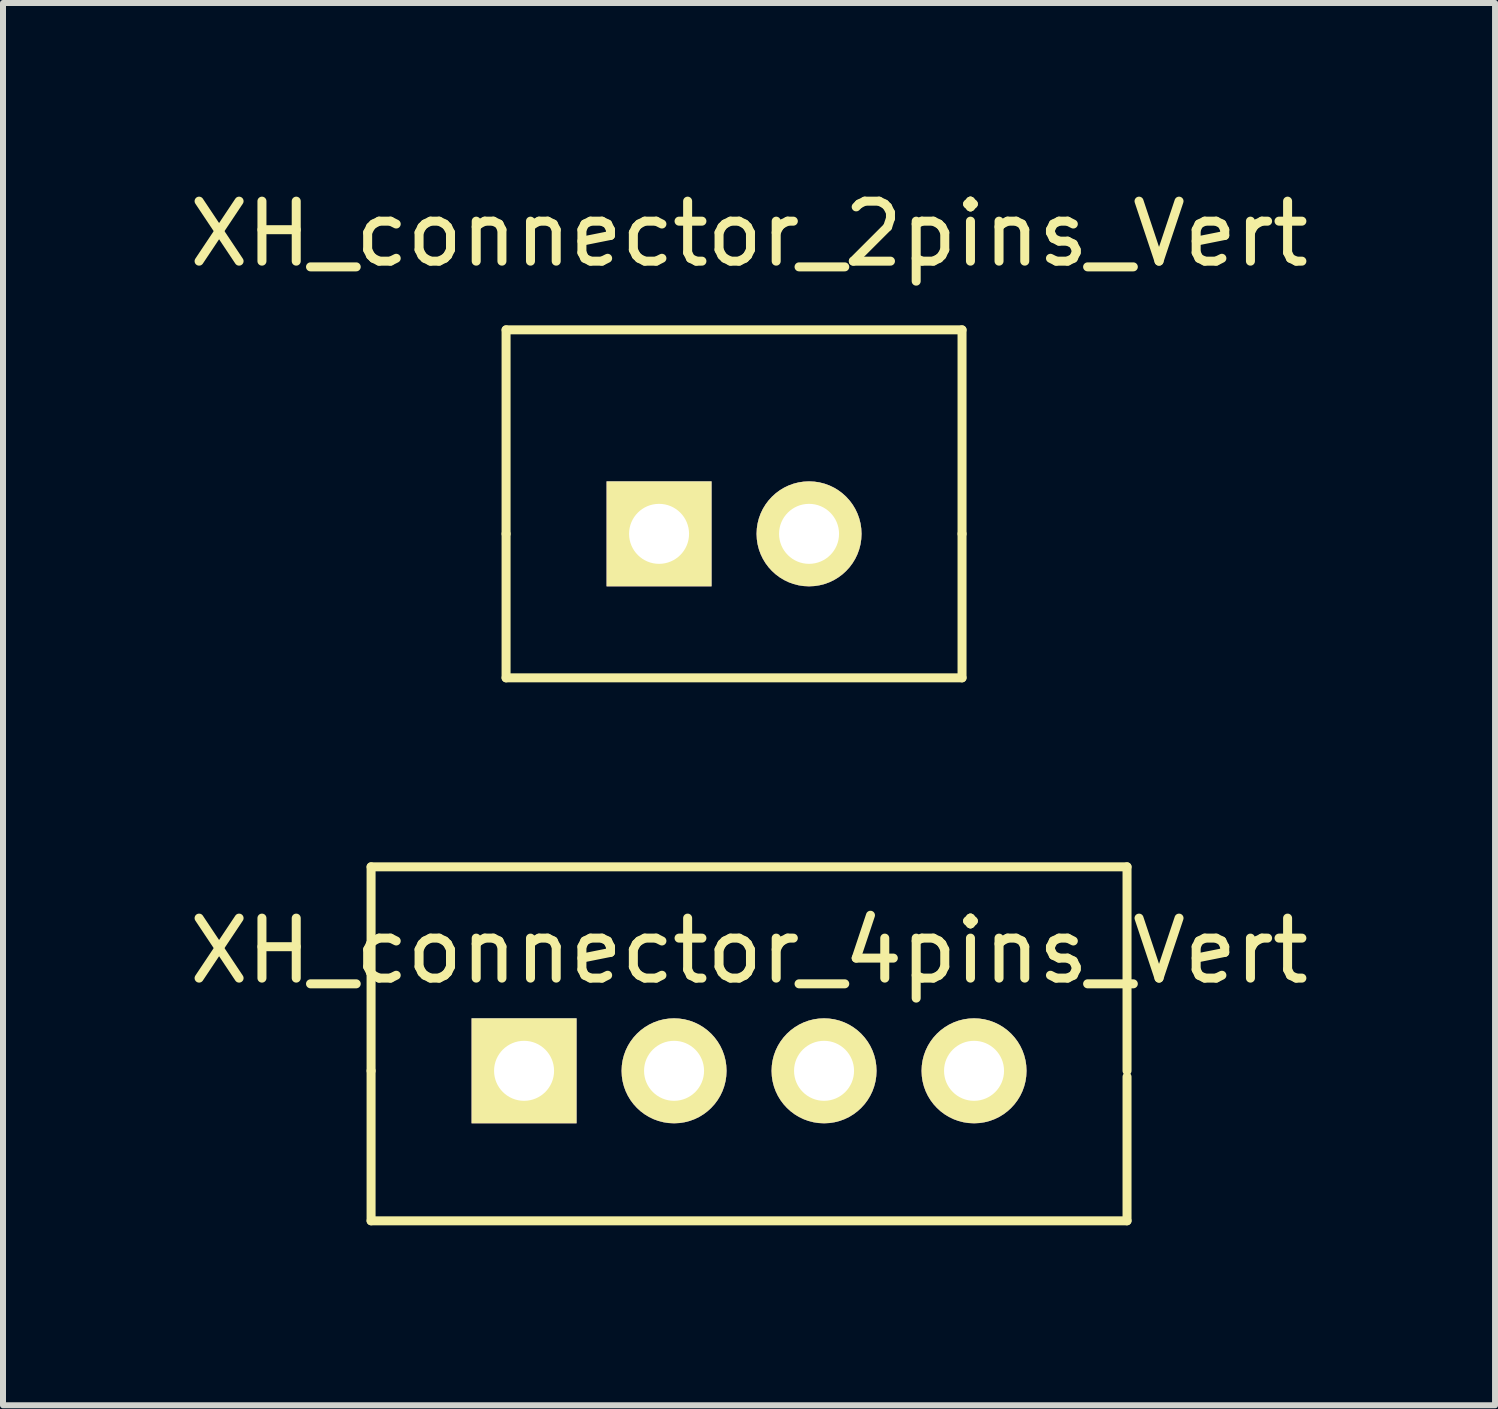
<source format=kicad_pcb>
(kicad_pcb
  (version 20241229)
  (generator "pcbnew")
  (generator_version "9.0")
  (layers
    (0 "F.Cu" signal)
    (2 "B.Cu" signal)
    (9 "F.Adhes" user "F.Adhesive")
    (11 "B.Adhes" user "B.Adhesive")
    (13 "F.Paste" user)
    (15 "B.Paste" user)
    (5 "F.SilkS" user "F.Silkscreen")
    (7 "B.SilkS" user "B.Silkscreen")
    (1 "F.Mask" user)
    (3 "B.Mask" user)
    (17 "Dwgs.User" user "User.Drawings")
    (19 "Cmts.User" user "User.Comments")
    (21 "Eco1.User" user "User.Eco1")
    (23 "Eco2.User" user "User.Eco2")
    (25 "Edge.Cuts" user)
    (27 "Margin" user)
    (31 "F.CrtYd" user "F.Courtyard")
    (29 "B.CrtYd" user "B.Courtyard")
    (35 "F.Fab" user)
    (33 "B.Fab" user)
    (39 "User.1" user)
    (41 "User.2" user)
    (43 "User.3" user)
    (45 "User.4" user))
  (footprint "XH_connector_2pins_Vert"
    (layer "F.Cu")
    (at 9.185 5.848)
    (property "Reference" "XH_connector_2pins_Vert" (at 0.25 -5 0) (layer "F.SilkS") (effects (font (size 1 1) (thickness 0.15))))
    (attr through_hole)
    (fp_line (start -3.8 0) (end -3.8 -3.4) (stroke (width 0.15) (type solid)) (layer "F.SilkS"))
    (fp_line (start -3.8 0) (end -3.8 2.4) (stroke (width 0.15) (type solid)) (layer "F.SilkS"))
    (fp_line (start -3.8 2.4) (end 3.8 2.4) (stroke (width 0.15) (type solid)) (layer "F.SilkS"))
    (fp_line (start 3.8 -3.4) (end -3.8 -3.4) (stroke (width 0.15) (type solid)) (layer "F.SilkS"))
    (fp_line (start 3.8 0) (end 3.8 -3.4) (stroke (width 0.15) (type solid)) (layer "F.SilkS"))
    (fp_line (start 3.8 2.4) (end 3.8 0) (stroke (width 0.15) (type solid)) (layer "F.SilkS"))
    (pad "1" thru_hole rect (at -1.25 0) (size 1.75 1.75) (drill 1) (layers "*.Cu" "*.Mask" "F.SilkS"))
    (pad "2" thru_hole circle (at 1.25 0) (size 1.75 1.75) (drill 1) (layers "*.Cu" "*.Mask" "F.SilkS")))
  (footprint "XH_connector_4pins_Vert"
    (layer "F.Cu")
    (at 9.435 14.798)
    (property "Reference" "XH_connector_4pins_Vert" (at 0 -2 0) (layer "F.SilkS") (effects (font (size 1 1) (thickness 0.15))))
    (attr through_hole)
    (fp_line (start -6.3 0) (end -6.3 -3.4) (stroke (width 0.15) (type solid)) (layer "F.SilkS"))
    (fp_line (start -6.3 0) (end -6.3 2.5) (stroke (width 0.15) (type solid)) (layer "F.SilkS"))
    (fp_line (start -6.3 2.5) (end 6.3 2.5) (stroke (width 0.15) (type solid)) (layer "F.SilkS"))
    (fp_line (start 6.3 -3.4) (end -6.3 -3.4) (stroke (width 0.15) (type solid)) (layer "F.SilkS"))
    (fp_line (start 6.3 0) (end 6.3 -3.4) (stroke (width 0.15) (type solid)) (layer "F.SilkS"))
    (fp_line (start 6.3 2.5) (end 6.3 0.1) (stroke (width 0.15) (type solid)) (layer "F.SilkS"))
    (pad "1" thru_hole rect (at -3.75 0) (size 1.75 1.75) (drill 1) (layers "*.Cu" "*.Mask" "F.SilkS"))
    (pad "2" thru_hole circle (at -1.25 0) (size 1.75 1.75) (drill 1) (layers "*.Cu" "*.Mask" "F.SilkS"))
    (pad "3" thru_hole circle (at 1.25 0) (size 1.75 1.75) (drill 1) (layers "*.Cu" "*.Mask" "F.SilkS"))
    (pad "4" thru_hole circle (at 3.75 0) (size 1.75 1.75) (drill 1) (layers "*.Cu" "*.Mask" "F.SilkS")))
  (gr_rect
    (start -3 -3)
    (end 21.869 20.373)
    (stroke (width 0.1) (type default))
    (fill no)
    (layer "Edge.Cuts")))
</source>
